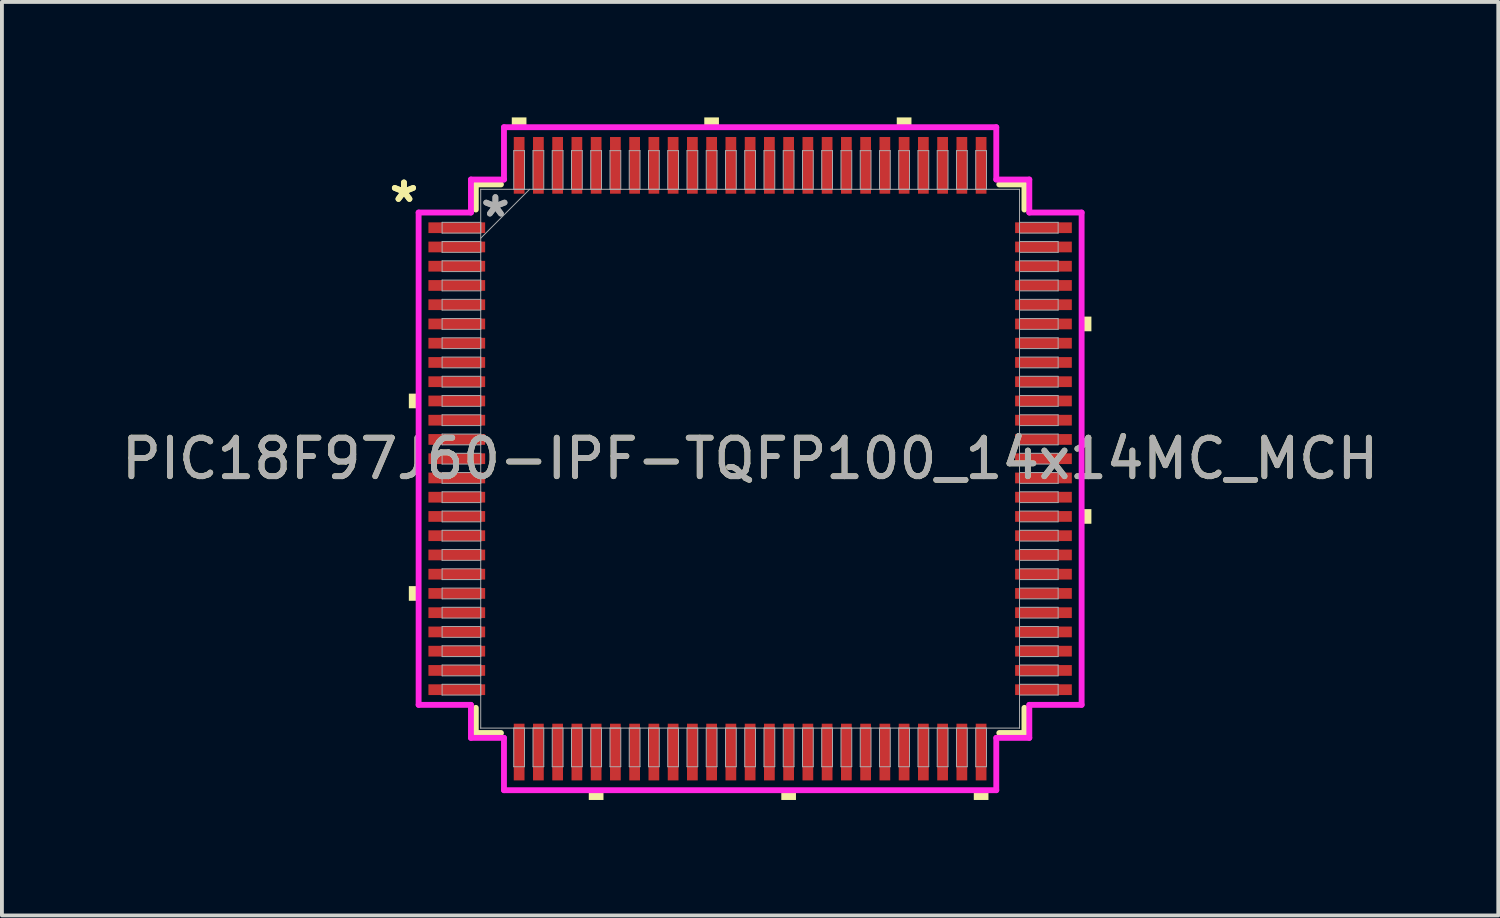
<source format=kicad_pcb>
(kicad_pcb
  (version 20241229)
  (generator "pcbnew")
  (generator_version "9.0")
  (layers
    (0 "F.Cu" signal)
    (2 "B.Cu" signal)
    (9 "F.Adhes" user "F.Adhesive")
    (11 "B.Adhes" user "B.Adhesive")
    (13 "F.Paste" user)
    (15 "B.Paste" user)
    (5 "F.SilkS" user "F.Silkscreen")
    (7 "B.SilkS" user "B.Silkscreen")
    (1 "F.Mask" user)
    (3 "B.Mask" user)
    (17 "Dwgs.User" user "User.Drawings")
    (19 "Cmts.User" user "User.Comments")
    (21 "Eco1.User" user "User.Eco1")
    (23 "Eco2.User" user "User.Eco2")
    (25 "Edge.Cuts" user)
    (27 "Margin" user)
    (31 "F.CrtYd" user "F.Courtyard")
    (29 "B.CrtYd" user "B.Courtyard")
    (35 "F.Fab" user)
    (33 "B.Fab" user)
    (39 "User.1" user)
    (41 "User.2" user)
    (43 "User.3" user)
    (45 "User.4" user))
  (footprint "PIC18F97J60-IPF-TQFP100_14x14MC_MCH"
    (layer "F.Cu")
    (at 16.435 8.865)
    (property "Reference" "PIC18F97J60-IPF-TQFP100_14x14MC_MCH" (at 0 0 0) (unlocked yes) (layer "F.SilkS") (effects (font (size 1 1) (thickness 0.15))))
    (attr smd)
    (fp_line (start -7.125 -7.125) (end -7.125 -6.472) (stroke (width 0.152) (type solid)) (layer "F.SilkS"))
    (fp_line (start -7.125 6.472) (end -7.125 7.125) (stroke (width 0.152) (type solid)) (layer "F.SilkS"))
    (fp_line (start -7.125 7.125) (end -6.472 7.125) (stroke (width 0.152) (type solid)) (layer "F.SilkS"))
    (fp_line (start -6.472 -7.125) (end -7.125 -7.125) (stroke (width 0.152) (type solid)) (layer "F.SilkS"))
    (fp_line (start 6.472 7.125) (end 7.125 7.125) (stroke (width 0.152) (type solid)) (layer "F.SilkS"))
    (fp_line (start 7.125 -7.125) (end 6.472 -7.125) (stroke (width 0.152) (type solid)) (layer "F.SilkS"))
    (fp_line (start 7.125 -6.472) (end 7.125 -7.125) (stroke (width 0.152) (type solid)) (layer "F.SilkS"))
    (fp_line (start 7.125 7.125) (end 7.125 6.472) (stroke (width 0.152) (type solid)) (layer "F.SilkS"))
    (fp_poly (pts (xy -8.865 -1.69) (xy -8.865 -1.31) (xy -8.611 -1.31) (xy -8.611 -1.69)) (stroke (width 0) (type solid)) (fill yes) (layer "F.SilkS"))
    (fp_poly (pts (xy -8.865 3.31) (xy -8.865 3.691) (xy -8.611 3.691) (xy -8.611 3.31)) (stroke (width 0) (type solid)) (fill yes) (layer "F.SilkS"))
    (fp_poly (pts (xy -6.191 -8.611) (xy -6.191 -8.865) (xy -5.81 -8.865) (xy -5.81 -8.611)) (stroke (width 0) (type solid)) (fill yes) (layer "F.SilkS"))
    (fp_poly (pts (xy -4.191 8.611) (xy -4.191 8.865) (xy -3.809 8.865) (xy -3.809 8.611)) (stroke (width 0) (type solid)) (fill yes) (layer "F.SilkS"))
    (fp_poly (pts (xy -1.191 -8.611) (xy -1.191 -8.865) (xy -0.81 -8.865) (xy -0.81 -8.611)) (stroke (width 0) (type solid)) (fill yes) (layer "F.SilkS"))
    (fp_poly (pts (xy 0.81 8.611) (xy 0.81 8.865) (xy 1.191 8.865) (xy 1.191 8.611)) (stroke (width 0) (type solid)) (fill yes) (layer "F.SilkS"))
    (fp_poly (pts (xy 3.809 -8.611) (xy 3.809 -8.865) (xy 4.191 -8.865) (xy 4.191 -8.611)) (stroke (width 0) (type solid)) (fill yes) (layer "F.SilkS"))
    (fp_poly (pts (xy 5.81 8.611) (xy 5.81 8.865) (xy 6.191 8.865) (xy 6.191 8.611)) (stroke (width 0) (type solid)) (fill yes) (layer "F.SilkS"))
    (fp_poly (pts (xy 8.865 -3.691) (xy 8.865 -3.31) (xy 8.611 -3.31) (xy 8.611 -3.691)) (stroke (width 0) (type solid)) (fill yes) (layer "F.SilkS"))
    (fp_poly (pts (xy 8.865 1.31) (xy 8.865 1.69) (xy 8.611 1.69) (xy 8.611 1.31)) (stroke (width 0) (type solid)) (fill yes) (layer "F.SilkS"))
    (fp_line (start -8.611 -6.394) (end -7.252 -6.394) (stroke (width 0.152) (type solid)) (layer "F.CrtYd"))
    (fp_line (start -8.611 6.394) (end -8.611 -6.394) (stroke (width 0.152) (type solid)) (layer "F.CrtYd"))
    (fp_line (start -7.252 -7.252) (end -6.394 -7.252) (stroke (width 0.152) (type solid)) (layer "F.CrtYd"))
    (fp_line (start -7.252 -6.394) (end -7.252 -7.252) (stroke (width 0.152) (type solid)) (layer "F.CrtYd"))
    (fp_line (start -7.252 6.394) (end -8.611 6.394) (stroke (width 0.152) (type solid)) (layer "F.CrtYd"))
    (fp_line (start -7.252 7.252) (end -7.252 6.394) (stroke (width 0.152) (type solid)) (layer "F.CrtYd"))
    (fp_line (start -7.252 7.252) (end -6.394 7.252) (stroke (width 0.152) (type solid)) (layer "F.CrtYd"))
    (fp_line (start -6.394 -8.611) (end 6.394 -8.611) (stroke (width 0.152) (type solid)) (layer "F.CrtYd"))
    (fp_line (start -6.394 -7.252) (end -6.394 -8.611) (stroke (width 0.152) (type solid)) (layer "F.CrtYd"))
    (fp_line (start -6.394 7.252) (end -6.394 8.611) (stroke (width 0.152) (type solid)) (layer "F.CrtYd"))
    (fp_line (start -6.394 8.611) (end 6.394 8.611) (stroke (width 0.152) (type solid)) (layer "F.CrtYd"))
    (fp_line (start 6.394 -8.611) (end 6.394 -7.252) (stroke (width 0.152) (type solid)) (layer "F.CrtYd"))
    (fp_line (start 6.394 -7.252) (end 7.252 -7.252) (stroke (width 0.152) (type solid)) (layer "F.CrtYd"))
    (fp_line (start 6.394 7.252) (end 7.252 7.252) (stroke (width 0.152) (type solid)) (layer "F.CrtYd"))
    (fp_line (start 6.394 8.611) (end 6.394 7.252) (stroke (width 0.152) (type solid)) (layer "F.CrtYd"))
    (fp_line (start 7.252 -6.394) (end 7.252 -7.252) (stroke (width 0.152) (type solid)) (layer "F.CrtYd"))
    (fp_line (start 7.252 6.394) (end 8.611 6.394) (stroke (width 0.152) (type solid)) (layer "F.CrtYd"))
    (fp_line (start 7.252 7.252) (end 7.252 6.394) (stroke (width 0.152) (type solid)) (layer "F.CrtYd"))
    (fp_line (start 8.611 -6.394) (end 7.252 -6.394) (stroke (width 0.152) (type solid)) (layer "F.CrtYd"))
    (fp_line (start 8.611 6.394) (end 8.611 -6.394) (stroke (width 0.152) (type solid)) (layer "F.CrtYd"))
    (fp_line (start -8.001 -6.14) (end -8.001 -5.86) (stroke (width 0.025) (type solid)) (layer "F.Fab"))
    (fp_line (start -8.001 -5.86) (end -6.998 -5.86) (stroke (width 0.025) (type solid)) (layer "F.Fab"))
    (fp_line (start -8.001 -5.64) (end -8.001 -5.36) (stroke (width 0.025) (type solid)) (layer "F.Fab"))
    (fp_line (start -8.001 -5.36) (end -6.998 -5.36) (stroke (width 0.025) (type solid)) (layer "F.Fab"))
    (fp_line (start -8.001 -5.14) (end -8.001 -4.86) (stroke (width 0.025) (type solid)) (layer "F.Fab"))
    (fp_line (start -8.001 -4.86) (end -6.998 -4.86) (stroke (width 0.025) (type solid)) (layer "F.Fab"))
    (fp_line (start -8.001 -4.64) (end -8.001 -4.36) (stroke (width 0.025) (type solid)) (layer "F.Fab"))
    (fp_line (start -8.001 -4.36) (end -6.998 -4.36) (stroke (width 0.025) (type solid)) (layer "F.Fab"))
    (fp_line (start -8.001 -4.14) (end -8.001 -3.86) (stroke (width 0.025) (type solid)) (layer "F.Fab"))
    (fp_line (start -8.001 -3.86) (end -6.998 -3.86) (stroke (width 0.025) (type solid)) (layer "F.Fab"))
    (fp_line (start -8.001 -3.64) (end -8.001 -3.36) (stroke (width 0.025) (type solid)) (layer "F.Fab"))
    (fp_line (start -8.001 -3.36) (end -6.998 -3.36) (stroke (width 0.025) (type solid)) (layer "F.Fab"))
    (fp_line (start -8.001 -3.14) (end -8.001 -2.86) (stroke (width 0.025) (type solid)) (layer "F.Fab"))
    (fp_line (start -8.001 -2.86) (end -6.998 -2.86) (stroke (width 0.025) (type solid)) (layer "F.Fab"))
    (fp_line (start -8.001 -2.64) (end -8.001 -2.36) (stroke (width 0.025) (type solid)) (layer "F.Fab"))
    (fp_line (start -8.001 -2.36) (end -6.998 -2.36) (stroke (width 0.025) (type solid)) (layer "F.Fab"))
    (fp_line (start -8.001 -2.14) (end -8.001 -1.86) (stroke (width 0.025) (type solid)) (layer "F.Fab"))
    (fp_line (start -8.001 -1.86) (end -6.998 -1.86) (stroke (width 0.025) (type solid)) (layer "F.Fab"))
    (fp_line (start -8.001 -1.64) (end -8.001 -1.36) (stroke (width 0.025) (type solid)) (layer "F.Fab"))
    (fp_line (start -8.001 -1.36) (end -6.998 -1.36) (stroke (width 0.025) (type solid)) (layer "F.Fab"))
    (fp_line (start -8.001 -1.14) (end -8.001 -0.86) (stroke (width 0.025) (type solid)) (layer "F.Fab"))
    (fp_line (start -8.001 -0.86) (end -6.998 -0.86) (stroke (width 0.025) (type solid)) (layer "F.Fab"))
    (fp_line (start -8.001 -0.64) (end -8.001 -0.36) (stroke (width 0.025) (type solid)) (layer "F.Fab"))
    (fp_line (start -8.001 -0.36) (end -6.998 -0.36) (stroke (width 0.025) (type solid)) (layer "F.Fab"))
    (fp_line (start -8.001 -0.14) (end -8.001 0.14) (stroke (width 0.025) (type solid)) (layer "F.Fab"))
    (fp_line (start -8.001 0.14) (end -6.998 0.14) (stroke (width 0.025) (type solid)) (layer "F.Fab"))
    (fp_line (start -8.001 0.36) (end -8.001 0.64) (stroke (width 0.025) (type solid)) (layer "F.Fab"))
    (fp_line (start -8.001 0.64) (end -6.998 0.64) (stroke (width 0.025) (type solid)) (layer "F.Fab"))
    (fp_line (start -8.001 0.86) (end -8.001 1.14) (stroke (width 0.025) (type solid)) (layer "F.Fab"))
    (fp_line (start -8.001 1.14) (end -6.998 1.14) (stroke (width 0.025) (type solid)) (layer "F.Fab"))
    (fp_line (start -8.001 1.36) (end -8.001 1.64) (stroke (width 0.025) (type solid)) (layer "F.Fab"))
    (fp_line (start -8.001 1.64) (end -6.998 1.64) (stroke (width 0.025) (type solid)) (layer "F.Fab"))
    (fp_line (start -8.001 1.86) (end -8.001 2.14) (stroke (width 0.025) (type solid)) (layer "F.Fab"))
    (fp_line (start -8.001 2.14) (end -6.998 2.14) (stroke (width 0.025) (type solid)) (layer "F.Fab"))
    (fp_line (start -8.001 2.36) (end -8.001 2.64) (stroke (width 0.025) (type solid)) (layer "F.Fab"))
    (fp_line (start -8.001 2.64) (end -6.998 2.64) (stroke (width 0.025) (type solid)) (layer "F.Fab"))
    (fp_line (start -8.001 2.86) (end -8.001 3.14) (stroke (width 0.025) (type solid)) (layer "F.Fab"))
    (fp_line (start -8.001 3.14) (end -6.998 3.14) (stroke (width 0.025) (type solid)) (layer "F.Fab"))
    (fp_line (start -8.001 3.36) (end -8.001 3.64) (stroke (width 0.025) (type solid)) (layer "F.Fab"))
    (fp_line (start -8.001 3.64) (end -6.998 3.64) (stroke (width 0.025) (type solid)) (layer "F.Fab"))
    (fp_line (start -8.001 3.86) (end -8.001 4.14) (stroke (width 0.025) (type solid)) (layer "F.Fab"))
    (fp_line (start -8.001 4.14) (end -6.998 4.14) (stroke (width 0.025) (type solid)) (layer "F.Fab"))
    (fp_line (start -8.001 4.36) (end -8.001 4.64) (stroke (width 0.025) (type solid)) (layer "F.Fab"))
    (fp_line (start -8.001 4.64) (end -6.998 4.64) (stroke (width 0.025) (type solid)) (layer "F.Fab"))
    (fp_line (start -8.001 4.86) (end -8.001 5.14) (stroke (width 0.025) (type solid)) (layer "F.Fab"))
    (fp_line (start -8.001 5.14) (end -6.998 5.14) (stroke (width 0.025) (type solid)) (layer "F.Fab"))
    (fp_line (start -8.001 5.36) (end -8.001 5.64) (stroke (width 0.025) (type solid)) (layer "F.Fab"))
    (fp_line (start -8.001 5.64) (end -6.998 5.64) (stroke (width 0.025) (type solid)) (layer "F.Fab"))
    (fp_line (start -8.001 5.86) (end -8.001 6.14) (stroke (width 0.025) (type solid)) (layer "F.Fab"))
    (fp_line (start -8.001 6.14) (end -6.998 6.14) (stroke (width 0.025) (type solid)) (layer "F.Fab"))
    (fp_line (start -6.998 -6.998) (end -6.998 -6.998) (stroke (width 0.025) (type solid)) (layer "F.Fab"))
    (fp_line (start -6.998 -6.998) (end -6.998 6.998) (stroke (width 0.025) (type solid)) (layer "F.Fab"))
    (fp_line (start -6.998 -6.14) (end -8.001 -6.14) (stroke (width 0.025) (type solid)) (layer "F.Fab"))
    (fp_line (start -6.998 -5.86) (end -6.998 -6.14) (stroke (width 0.025) (type solid)) (layer "F.Fab"))
    (fp_line (start -6.998 -5.728) (end -5.728 -6.998) (stroke (width 0.025) (type solid)) (layer "F.Fab"))
    (fp_line (start -6.998 -5.64) (end -8.001 -5.64) (stroke (width 0.025) (type solid)) (layer "F.Fab"))
    (fp_line (start -6.998 -5.36) (end -6.998 -5.64) (stroke (width 0.025) (type solid)) (layer "F.Fab"))
    (fp_line (start -6.998 -5.14) (end -8.001 -5.14) (stroke (width 0.025) (type solid)) (layer "F.Fab"))
    (fp_line (start -6.998 -4.86) (end -6.998 -5.14) (stroke (width 0.025) (type solid)) (layer "F.Fab"))
    (fp_line (start -6.998 -4.64) (end -8.001 -4.64) (stroke (width 0.025) (type solid)) (layer "F.Fab"))
    (fp_line (start -6.998 -4.36) (end -6.998 -4.64) (stroke (width 0.025) (type solid)) (layer "F.Fab"))
    (fp_line (start -6.998 -4.14) (end -8.001 -4.14) (stroke (width 0.025) (type solid)) (layer "F.Fab"))
    (fp_line (start -6.998 -3.86) (end -6.998 -4.14) (stroke (width 0.025) (type solid)) (layer "F.Fab"))
    (fp_line (start -6.998 -3.64) (end -8.001 -3.64) (stroke (width 0.025) (type solid)) (layer "F.Fab"))
    (fp_line (start -6.998 -3.36) (end -6.998 -3.64) (stroke (width 0.025) (type solid)) (layer "F.Fab"))
    (fp_line (start -6.998 -3.14) (end -8.001 -3.14) (stroke (width 0.025) (type solid)) (layer "F.Fab"))
    (fp_line (start -6.998 -2.86) (end -6.998 -3.14) (stroke (width 0.025) (type solid)) (layer "F.Fab"))
    (fp_line (start -6.998 -2.64) (end -8.001 -2.64) (stroke (width 0.025) (type solid)) (layer "F.Fab"))
    (fp_line (start -6.998 -2.36) (end -6.998 -2.64) (stroke (width 0.025) (type solid)) (layer "F.Fab"))
    (fp_line (start -6.998 -2.14) (end -8.001 -2.14) (stroke (width 0.025) (type solid)) (layer "F.Fab"))
    (fp_line (start -6.998 -1.86) (end -6.998 -2.14) (stroke (width 0.025) (type solid)) (layer "F.Fab"))
    (fp_line (start -6.998 -1.64) (end -8.001 -1.64) (stroke (width 0.025) (type solid)) (layer "F.Fab"))
    (fp_line (start -6.998 -1.36) (end -6.998 -1.64) (stroke (width 0.025) (type solid)) (layer "F.Fab"))
    (fp_line (start -6.998 -1.14) (end -8.001 -1.14) (stroke (width 0.025) (type solid)) (layer "F.Fab"))
    (fp_line (start -6.998 -0.86) (end -6.998 -1.14) (stroke (width 0.025) (type solid)) (layer "F.Fab"))
    (fp_line (start -6.998 -0.64) (end -8.001 -0.64) (stroke (width 0.025) (type solid)) (layer "F.Fab"))
    (fp_line (start -6.998 -0.36) (end -6.998 -0.64) (stroke (width 0.025) (type solid)) (layer "F.Fab"))
    (fp_line (start -6.998 -0.14) (end -8.001 -0.14) (stroke (width 0.025) (type solid)) (layer "F.Fab"))
    (fp_line (start -6.998 0.14) (end -6.998 -0.14) (stroke (width 0.025) (type solid)) (layer "F.Fab"))
    (fp_line (start -6.998 0.36) (end -8.001 0.36) (stroke (width 0.025) (type solid)) (layer "F.Fab"))
    (fp_line (start -6.998 0.64) (end -6.998 0.36) (stroke (width 0.025) (type solid)) (layer "F.Fab"))
    (fp_line (start -6.998 0.86) (end -8.001 0.86) (stroke (width 0.025) (type solid)) (layer "F.Fab"))
    (fp_line (start -6.998 1.14) (end -6.998 0.86) (stroke (width 0.025) (type solid)) (layer "F.Fab"))
    (fp_line (start -6.998 1.36) (end -8.001 1.36) (stroke (width 0.025) (type solid)) (layer "F.Fab"))
    (fp_line (start -6.998 1.64) (end -6.998 1.36) (stroke (width 0.025) (type solid)) (layer "F.Fab"))
    (fp_line (start -6.998 1.86) (end -8.001 1.86) (stroke (width 0.025) (type solid)) (layer "F.Fab"))
    (fp_line (start -6.998 2.14) (end -6.998 1.86) (stroke (width 0.025) (type solid)) (layer "F.Fab"))
    (fp_line (start -6.998 2.36) (end -8.001 2.36) (stroke (width 0.025) (type solid)) (layer "F.Fab"))
    (fp_line (start -6.998 2.64) (end -6.998 2.36) (stroke (width 0.025) (type solid)) (layer "F.Fab"))
    (fp_line (start -6.998 2.86) (end -8.001 2.86) (stroke (width 0.025) (type solid)) (layer "F.Fab"))
    (fp_line (start -6.998 3.14) (end -6.998 2.86) (stroke (width 0.025) (type solid)) (layer "F.Fab"))
    (fp_line (start -6.998 3.36) (end -8.001 3.36) (stroke (width 0.025) (type solid)) (layer "F.Fab"))
    (fp_line (start -6.998 3.64) (end -6.998 3.36) (stroke (width 0.025) (type solid)) (layer "F.Fab"))
    (fp_line (start -6.998 3.86) (end -8.001 3.86) (stroke (width 0.025) (type solid)) (layer "F.Fab"))
    (fp_line (start -6.998 4.14) (end -6.998 3.86) (stroke (width 0.025) (type solid)) (layer "F.Fab"))
    (fp_line (start -6.998 4.36) (end -8.001 4.36) (stroke (width 0.025) (type solid)) (layer "F.Fab"))
    (fp_line (start -6.998 4.64) (end -6.998 4.36) (stroke (width 0.025) (type solid)) (layer "F.Fab"))
    (fp_line (start -6.998 4.86) (end -8.001 4.86) (stroke (width 0.025) (type solid)) (layer "F.Fab"))
    (fp_line (start -6.998 5.14) (end -6.998 4.86) (stroke (width 0.025) (type solid)) (layer "F.Fab"))
    (fp_line (start -6.998 5.36) (end -8.001 5.36) (stroke (width 0.025) (type solid)) (layer "F.Fab"))
    (fp_line (start -6.998 5.64) (end -6.998 5.36) (stroke (width 0.025) (type solid)) (layer "F.Fab"))
    (fp_line (start -6.998 5.86) (end -8.001 5.86) (stroke (width 0.025) (type solid)) (layer "F.Fab"))
    (fp_line (start -6.998 6.14) (end -6.998 5.86) (stroke (width 0.025) (type solid)) (layer "F.Fab"))
    (fp_line (start -6.998 6.998) (end -6.998 6.998) (stroke (width 0.025) (type solid)) (layer "F.Fab"))
    (fp_line (start -6.998 6.998) (end 6.998 6.998) (stroke (width 0.025) (type solid)) (layer "F.Fab"))
    (fp_line (start -6.14 -8.001) (end -6.14 -6.998) (stroke (width 0.025) (type solid)) (layer "F.Fab"))
    (fp_line (start -6.14 -6.998) (end -5.86 -6.998) (stroke (width 0.025) (type solid)) (layer "F.Fab"))
    (fp_line (start -6.14 6.998) (end -6.14 8.001) (stroke (width 0.025) (type solid)) (layer "F.Fab"))
    (fp_line (start -6.14 8.001) (end -5.86 8.001) (stroke (width 0.025) (type solid)) (layer "F.Fab"))
    (fp_line (start -5.86 -8.001) (end -6.14 -8.001) (stroke (width 0.025) (type solid)) (layer "F.Fab"))
    (fp_line (start -5.86 -6.998) (end -5.86 -8.001) (stroke (width 0.025) (type solid)) (layer "F.Fab"))
    (fp_line (start -5.86 6.998) (end -6.14 6.998) (stroke (width 0.025) (type solid)) (layer "F.Fab"))
    (fp_line (start -5.86 8.001) (end -5.86 6.998) (stroke (width 0.025) (type solid)) (layer "F.Fab"))
    (fp_line (start -5.64 -8.001) (end -5.64 -6.998) (stroke (width 0.025) (type solid)) (layer "F.Fab"))
    (fp_line (start -5.64 -6.998) (end -5.36 -6.998) (stroke (width 0.025) (type solid)) (layer "F.Fab"))
    (fp_line (start -5.64 6.998) (end -5.64 8.001) (stroke (width 0.025) (type solid)) (layer "F.Fab"))
    (fp_line (start -5.64 8.001) (end -5.36 8.001) (stroke (width 0.025) (type solid)) (layer "F.Fab"))
    (fp_line (start -5.36 -8.001) (end -5.64 -8.001) (stroke (width 0.025) (type solid)) (layer "F.Fab"))
    (fp_line (start -5.36 -6.998) (end -5.36 -8.001) (stroke (width 0.025) (type solid)) (layer "F.Fab"))
    (fp_line (start -5.36 6.998) (end -5.64 6.998) (stroke (width 0.025) (type solid)) (layer "F.Fab"))
    (fp_line (start -5.36 8.001) (end -5.36 6.998) (stroke (width 0.025) (type solid)) (layer "F.Fab"))
    (fp_line (start -5.14 -8.001) (end -5.14 -6.998) (stroke (width 0.025) (type solid)) (layer "F.Fab"))
    (fp_line (start -5.14 -6.998) (end -4.86 -6.998) (stroke (width 0.025) (type solid)) (layer "F.Fab"))
    (fp_line (start -5.14 6.998) (end -5.14 8.001) (stroke (width 0.025) (type solid)) (layer "F.Fab"))
    (fp_line (start -5.14 8.001) (end -4.86 8.001) (stroke (width 0.025) (type solid)) (layer "F.Fab"))
    (fp_line (start -4.86 -8.001) (end -5.14 -8.001) (stroke (width 0.025) (type solid)) (layer "F.Fab"))
    (fp_line (start -4.86 -6.998) (end -4.86 -8.001) (stroke (width 0.025) (type solid)) (layer "F.Fab"))
    (fp_line (start -4.86 6.998) (end -5.14 6.998) (stroke (width 0.025) (type solid)) (layer "F.Fab"))
    (fp_line (start -4.86 8.001) (end -4.86 6.998) (stroke (width 0.025) (type solid)) (layer "F.Fab"))
    (fp_line (start -4.64 -8.001) (end -4.64 -6.998) (stroke (width 0.025) (type solid)) (layer "F.Fab"))
    (fp_line (start -4.64 -6.998) (end -4.36 -6.998) (stroke (width 0.025) (type solid)) (layer "F.Fab"))
    (fp_line (start -4.64 6.998) (end -4.64 8.001) (stroke (width 0.025) (type solid)) (layer "F.Fab"))
    (fp_line (start -4.64 8.001) (end -4.36 8.001) (stroke (width 0.025) (type solid)) (layer "F.Fab"))
    (fp_line (start -4.36 -8.001) (end -4.64 -8.001) (stroke (width 0.025) (type solid)) (layer "F.Fab"))
    (fp_line (start -4.36 -6.998) (end -4.36 -8.001) (stroke (width 0.025) (type solid)) (layer "F.Fab"))
    (fp_line (start -4.36 6.998) (end -4.64 6.998) (stroke (width 0.025) (type solid)) (layer "F.Fab"))
    (fp_line (start -4.36 8.001) (end -4.36 6.998) (stroke (width 0.025) (type solid)) (layer "F.Fab"))
    (fp_line (start -4.14 -8.001) (end -4.14 -6.998) (stroke (width 0.025) (type solid)) (layer "F.Fab"))
    (fp_line (start -4.14 -6.998) (end -3.86 -6.998) (stroke (width 0.025) (type solid)) (layer "F.Fab"))
    (fp_line (start -4.14 6.998) (end -4.14 8.001) (stroke (width 0.025) (type solid)) (layer "F.Fab"))
    (fp_line (start -4.14 8.001) (end -3.86 8.001) (stroke (width 0.025) (type solid)) (layer "F.Fab"))
    (fp_line (start -3.86 -8.001) (end -4.14 -8.001) (stroke (width 0.025) (type solid)) (layer "F.Fab"))
    (fp_line (start -3.86 -6.998) (end -3.86 -8.001) (stroke (width 0.025) (type solid)) (layer "F.Fab"))
    (fp_line (start -3.86 6.998) (end -4.14 6.998) (stroke (width 0.025) (type solid)) (layer "F.Fab"))
    (fp_line (start -3.86 8.001) (end -3.86 6.998) (stroke (width 0.025) (type solid)) (layer "F.Fab"))
    (fp_line (start -3.64 -8.001) (end -3.64 -6.998) (stroke (width 0.025) (type solid)) (layer "F.Fab"))
    (fp_line (start -3.64 -6.998) (end -3.36 -6.998) (stroke (width 0.025) (type solid)) (layer "F.Fab"))
    (fp_line (start -3.64 6.998) (end -3.64 8.001) (stroke (width 0.025) (type solid)) (layer "F.Fab"))
    (fp_line (start -3.64 8.001) (end -3.36 8.001) (stroke (width 0.025) (type solid)) (layer "F.Fab"))
    (fp_line (start -3.36 -8.001) (end -3.64 -8.001) (stroke (width 0.025) (type solid)) (layer "F.Fab"))
    (fp_line (start -3.36 -6.998) (end -3.36 -8.001) (stroke (width 0.025) (type solid)) (layer "F.Fab"))
    (fp_line (start -3.36 6.998) (end -3.64 6.998) (stroke (width 0.025) (type solid)) (layer "F.Fab"))
    (fp_line (start -3.36 8.001) (end -3.36 6.998) (stroke (width 0.025) (type solid)) (layer "F.Fab"))
    (fp_line (start -3.14 -8.001) (end -3.14 -6.998) (stroke (width 0.025) (type solid)) (layer "F.Fab"))
    (fp_line (start -3.14 -6.998) (end -2.86 -6.998) (stroke (width 0.025) (type solid)) (layer "F.Fab"))
    (fp_line (start -3.14 6.998) (end -3.14 8.001) (stroke (width 0.025) (type solid)) (layer "F.Fab"))
    (fp_line (start -3.14 8.001) (end -2.86 8.001) (stroke (width 0.025) (type solid)) (layer "F.Fab"))
    (fp_line (start -2.86 -8.001) (end -3.14 -8.001) (stroke (width 0.025) (type solid)) (layer "F.Fab"))
    (fp_line (start -2.86 -6.998) (end -2.86 -8.001) (stroke (width 0.025) (type solid)) (layer "F.Fab"))
    (fp_line (start -2.86 6.998) (end -3.14 6.998) (stroke (width 0.025) (type solid)) (layer "F.Fab"))
    (fp_line (start -2.86 8.001) (end -2.86 6.998) (stroke (width 0.025) (type solid)) (layer "F.Fab"))
    (fp_line (start -2.64 -8.001) (end -2.64 -6.998) (stroke (width 0.025) (type solid)) (layer "F.Fab"))
    (fp_line (start -2.64 -6.998) (end -2.36 -6.998) (stroke (width 0.025) (type solid)) (layer "F.Fab"))
    (fp_line (start -2.64 6.998) (end -2.64 8.001) (stroke (width 0.025) (type solid)) (layer "F.Fab"))
    (fp_line (start -2.64 8.001) (end -2.36 8.001) (stroke (width 0.025) (type solid)) (layer "F.Fab"))
    (fp_line (start -2.36 -8.001) (end -2.64 -8.001) (stroke (width 0.025) (type solid)) (layer "F.Fab"))
    (fp_line (start -2.36 -6.998) (end -2.36 -8.001) (stroke (width 0.025) (type solid)) (layer "F.Fab"))
    (fp_line (start -2.36 6.998) (end -2.64 6.998) (stroke (width 0.025) (type solid)) (layer "F.Fab"))
    (fp_line (start -2.36 8.001) (end -2.36 6.998) (stroke (width 0.025) (type solid)) (layer "F.Fab"))
    (fp_line (start -2.14 -8.001) (end -2.14 -6.998) (stroke (width 0.025) (type solid)) (layer "F.Fab"))
    (fp_line (start -2.14 -6.998) (end -1.86 -6.998) (stroke (width 0.025) (type solid)) (layer "F.Fab"))
    (fp_line (start -2.14 6.998) (end -2.14 8.001) (stroke (width 0.025) (type solid)) (layer "F.Fab"))
    (fp_line (start -2.14 8.001) (end -1.86 8.001) (stroke (width 0.025) (type solid)) (layer "F.Fab"))
    (fp_line (start -1.86 -8.001) (end -2.14 -8.001) (stroke (width 0.025) (type solid)) (layer "F.Fab"))
    (fp_line (start -1.86 -6.998) (end -1.86 -8.001) (stroke (width 0.025) (type solid)) (layer "F.Fab"))
    (fp_line (start -1.86 6.998) (end -2.14 6.998) (stroke (width 0.025) (type solid)) (layer "F.Fab"))
    (fp_line (start -1.86 8.001) (end -1.86 6.998) (stroke (width 0.025) (type solid)) (layer "F.Fab"))
    (fp_line (start -1.64 -8.001) (end -1.64 -6.998) (stroke (width 0.025) (type solid)) (layer "F.Fab"))
    (fp_line (start -1.64 -6.998) (end -1.36 -6.998) (stroke (width 0.025) (type solid)) (layer "F.Fab"))
    (fp_line (start -1.64 6.998) (end -1.64 8.001) (stroke (width 0.025) (type solid)) (layer "F.Fab"))
    (fp_line (start -1.64 8.001) (end -1.36 8.001) (stroke (width 0.025) (type solid)) (layer "F.Fab"))
    (fp_line (start -1.36 -8.001) (end -1.64 -8.001) (stroke (width 0.025) (type solid)) (layer "F.Fab"))
    (fp_line (start -1.36 -6.998) (end -1.36 -8.001) (stroke (width 0.025) (type solid)) (layer "F.Fab"))
    (fp_line (start -1.36 6.998) (end -1.64 6.998) (stroke (width 0.025) (type solid)) (layer "F.Fab"))
    (fp_line (start -1.36 8.001) (end -1.36 6.998) (stroke (width 0.025) (type solid)) (layer "F.Fab"))
    (fp_line (start -1.14 -8.001) (end -1.14 -6.998) (stroke (width 0.025) (type solid)) (layer "F.Fab"))
    (fp_line (start -1.14 -6.998) (end -0.86 -6.998) (stroke (width 0.025) (type solid)) (layer "F.Fab"))
    (fp_line (start -1.14 6.998) (end -1.14 8.001) (stroke (width 0.025) (type solid)) (layer "F.Fab"))
    (fp_line (start -1.14 8.001) (end -0.86 8.001) (stroke (width 0.025) (type solid)) (layer "F.Fab"))
    (fp_line (start -0.86 -8.001) (end -1.14 -8.001) (stroke (width 0.025) (type solid)) (layer "F.Fab"))
    (fp_line (start -0.86 -6.998) (end -0.86 -8.001) (stroke (width 0.025) (type solid)) (layer "F.Fab"))
    (fp_line (start -0.86 6.998) (end -1.14 6.998) (stroke (width 0.025) (type solid)) (layer "F.Fab"))
    (fp_line (start -0.86 8.001) (end -0.86 6.998) (stroke (width 0.025) (type solid)) (layer "F.Fab"))
    (fp_line (start -0.64 -8.001) (end -0.64 -6.998) (stroke (width 0.025) (type solid)) (layer "F.Fab"))
    (fp_line (start -0.64 -6.998) (end -0.36 -6.998) (stroke (width 0.025) (type solid)) (layer "F.Fab"))
    (fp_line (start -0.64 6.998) (end -0.64 8.001) (stroke (width 0.025) (type solid)) (layer "F.Fab"))
    (fp_line (start -0.64 8.001) (end -0.36 8.001) (stroke (width 0.025) (type solid)) (layer "F.Fab"))
    (fp_line (start -0.36 -8.001) (end -0.64 -8.001) (stroke (width 0.025) (type solid)) (layer "F.Fab"))
    (fp_line (start -0.36 -6.998) (end -0.36 -8.001) (stroke (width 0.025) (type solid)) (layer "F.Fab"))
    (fp_line (start -0.36 6.998) (end -0.64 6.998) (stroke (width 0.025) (type solid)) (layer "F.Fab"))
    (fp_line (start -0.36 8.001) (end -0.36 6.998) (stroke (width 0.025) (type solid)) (layer "F.Fab"))
    (fp_line (start -0.14 -8.001) (end -0.14 -6.998) (stroke (width 0.025) (type solid)) (layer "F.Fab"))
    (fp_line (start -0.14 -6.998) (end 0.14 -6.998) (stroke (width 0.025) (type solid)) (layer "F.Fab"))
    (fp_line (start -0.14 6.998) (end -0.14 8.001) (stroke (width 0.025) (type solid)) (layer "F.Fab"))
    (fp_line (start -0.14 8.001) (end 0.14 8.001) (stroke (width 0.025) (type solid)) (layer "F.Fab"))
    (fp_line (start 0.14 -8.001) (end -0.14 -8.001) (stroke (width 0.025) (type solid)) (layer "F.Fab"))
    (fp_line (start 0.14 -6.998) (end 0.14 -8.001) (stroke (width 0.025) (type solid)) (layer "F.Fab"))
    (fp_line (start 0.14 6.998) (end -0.14 6.998) (stroke (width 0.025) (type solid)) (layer "F.Fab"))
    (fp_line (start 0.14 8.001) (end 0.14 6.998) (stroke (width 0.025) (type solid)) (layer "F.Fab"))
    (fp_line (start 0.36 -8.001) (end 0.36 -6.998) (stroke (width 0.025) (type solid)) (layer "F.Fab"))
    (fp_line (start 0.36 -6.998) (end 0.64 -6.998) (stroke (width 0.025) (type solid)) (layer "F.Fab"))
    (fp_line (start 0.36 6.998) (end 0.36 8.001) (stroke (width 0.025) (type solid)) (layer "F.Fab"))
    (fp_line (start 0.36 8.001) (end 0.64 8.001) (stroke (width 0.025) (type solid)) (layer "F.Fab"))
    (fp_line (start 0.64 -8.001) (end 0.36 -8.001) (stroke (width 0.025) (type solid)) (layer "F.Fab"))
    (fp_line (start 0.64 -6.998) (end 0.64 -8.001) (stroke (width 0.025) (type solid)) (layer "F.Fab"))
    (fp_line (start 0.64 6.998) (end 0.36 6.998) (stroke (width 0.025) (type solid)) (layer "F.Fab"))
    (fp_line (start 0.64 8.001) (end 0.64 6.998) (stroke (width 0.025) (type solid)) (layer "F.Fab"))
    (fp_line (start 0.86 -8.001) (end 0.86 -6.998) (stroke (width 0.025) (type solid)) (layer "F.Fab"))
    (fp_line (start 0.86 -6.998) (end 1.14 -6.998) (stroke (width 0.025) (type solid)) (layer "F.Fab"))
    (fp_line (start 0.86 6.998) (end 0.86 8.001) (stroke (width 0.025) (type solid)) (layer "F.Fab"))
    (fp_line (start 0.86 8.001) (end 1.14 8.001) (stroke (width 0.025) (type solid)) (layer "F.Fab"))
    (fp_line (start 1.14 -8.001) (end 0.86 -8.001) (stroke (width 0.025) (type solid)) (layer "F.Fab"))
    (fp_line (start 1.14 -6.998) (end 1.14 -8.001) (stroke (width 0.025) (type solid)) (layer "F.Fab"))
    (fp_line (start 1.14 6.998) (end 0.86 6.998) (stroke (width 0.025) (type solid)) (layer "F.Fab"))
    (fp_line (start 1.14 8.001) (end 1.14 6.998) (stroke (width 0.025) (type solid)) (layer "F.Fab"))
    (fp_line (start 1.36 -8.001) (end 1.36 -6.998) (stroke (width 0.025) (type solid)) (layer "F.Fab"))
    (fp_line (start 1.36 -6.998) (end 1.64 -6.998) (stroke (width 0.025) (type solid)) (layer "F.Fab"))
    (fp_line (start 1.36 6.998) (end 1.36 8.001) (stroke (width 0.025) (type solid)) (layer "F.Fab"))
    (fp_line (start 1.36 8.001) (end 1.64 8.001) (stroke (width 0.025) (type solid)) (layer "F.Fab"))
    (fp_line (start 1.64 -8.001) (end 1.36 -8.001) (stroke (width 0.025) (type solid)) (layer "F.Fab"))
    (fp_line (start 1.64 -6.998) (end 1.64 -8.001) (stroke (width 0.025) (type solid)) (layer "F.Fab"))
    (fp_line (start 1.64 6.998) (end 1.36 6.998) (stroke (width 0.025) (type solid)) (layer "F.Fab"))
    (fp_line (start 1.64 8.001) (end 1.64 6.998) (stroke (width 0.025) (type solid)) (layer "F.Fab"))
    (fp_line (start 1.86 -8.001) (end 1.86 -6.998) (stroke (width 0.025) (type solid)) (layer "F.Fab"))
    (fp_line (start 1.86 -6.998) (end 2.14 -6.998) (stroke (width 0.025) (type solid)) (layer "F.Fab"))
    (fp_line (start 1.86 6.998) (end 1.86 8.001) (stroke (width 0.025) (type solid)) (layer "F.Fab"))
    (fp_line (start 1.86 8.001) (end 2.14 8.001) (stroke (width 0.025) (type solid)) (layer "F.Fab"))
    (fp_line (start 2.14 -8.001) (end 1.86 -8.001) (stroke (width 0.025) (type solid)) (layer "F.Fab"))
    (fp_line (start 2.14 -6.998) (end 2.14 -8.001) (stroke (width 0.025) (type solid)) (layer "F.Fab"))
    (fp_line (start 2.14 6.998) (end 1.86 6.998) (stroke (width 0.025) (type solid)) (layer "F.Fab"))
    (fp_line (start 2.14 8.001) (end 2.14 6.998) (stroke (width 0.025) (type solid)) (layer "F.Fab"))
    (fp_line (start 2.36 -8.001) (end 2.36 -6.998) (stroke (width 0.025) (type solid)) (layer "F.Fab"))
    (fp_line (start 2.36 -6.998) (end 2.64 -6.998) (stroke (width 0.025) (type solid)) (layer "F.Fab"))
    (fp_line (start 2.36 6.998) (end 2.36 8.001) (stroke (width 0.025) (type solid)) (layer "F.Fab"))
    (fp_line (start 2.36 8.001) (end 2.64 8.001) (stroke (width 0.025) (type solid)) (layer "F.Fab"))
    (fp_line (start 2.64 -8.001) (end 2.36 -8.001) (stroke (width 0.025) (type solid)) (layer "F.Fab"))
    (fp_line (start 2.64 -6.998) (end 2.64 -8.001) (stroke (width 0.025) (type solid)) (layer "F.Fab"))
    (fp_line (start 2.64 6.998) (end 2.36 6.998) (stroke (width 0.025) (type solid)) (layer "F.Fab"))
    (fp_line (start 2.64 8.001) (end 2.64 6.998) (stroke (width 0.025) (type solid)) (layer "F.Fab"))
    (fp_line (start 2.86 -8.001) (end 2.86 -6.998) (stroke (width 0.025) (type solid)) (layer "F.Fab"))
    (fp_line (start 2.86 -6.998) (end 3.14 -6.998) (stroke (width 0.025) (type solid)) (layer "F.Fab"))
    (fp_line (start 2.86 6.998) (end 2.86 8.001) (stroke (width 0.025) (type solid)) (layer "F.Fab"))
    (fp_line (start 2.86 8.001) (end 3.14 8.001) (stroke (width 0.025) (type solid)) (layer "F.Fab"))
    (fp_line (start 3.14 -8.001) (end 2.86 -8.001) (stroke (width 0.025) (type solid)) (layer "F.Fab"))
    (fp_line (start 3.14 -6.998) (end 3.14 -8.001) (stroke (width 0.025) (type solid)) (layer "F.Fab"))
    (fp_line (start 3.14 6.998) (end 2.86 6.998) (stroke (width 0.025) (type solid)) (layer "F.Fab"))
    (fp_line (start 3.14 8.001) (end 3.14 6.998) (stroke (width 0.025) (type solid)) (layer "F.Fab"))
    (fp_line (start 3.36 -8.001) (end 3.36 -6.998) (stroke (width 0.025) (type solid)) (layer "F.Fab"))
    (fp_line (start 3.36 -6.998) (end 3.64 -6.998) (stroke (width 0.025) (type solid)) (layer "F.Fab"))
    (fp_line (start 3.36 6.998) (end 3.36 8.001) (stroke (width 0.025) (type solid)) (layer "F.Fab"))
    (fp_line (start 3.36 8.001) (end 3.64 8.001) (stroke (width 0.025) (type solid)) (layer "F.Fab"))
    (fp_line (start 3.64 -8.001) (end 3.36 -8.001) (stroke (width 0.025) (type solid)) (layer "F.Fab"))
    (fp_line (start 3.64 -6.998) (end 3.64 -8.001) (stroke (width 0.025) (type solid)) (layer "F.Fab"))
    (fp_line (start 3.64 6.998) (end 3.36 6.998) (stroke (width 0.025) (type solid)) (layer "F.Fab"))
    (fp_line (start 3.64 8.001) (end 3.64 6.998) (stroke (width 0.025) (type solid)) (layer "F.Fab"))
    (fp_line (start 3.86 -8.001) (end 3.86 -6.998) (stroke (width 0.025) (type solid)) (layer "F.Fab"))
    (fp_line (start 3.86 -6.998) (end 4.14 -6.998) (stroke (width 0.025) (type solid)) (layer "F.Fab"))
    (fp_line (start 3.86 6.998) (end 3.86 8.001) (stroke (width 0.025) (type solid)) (layer "F.Fab"))
    (fp_line (start 3.86 8.001) (end 4.14 8.001) (stroke (width 0.025) (type solid)) (layer "F.Fab"))
    (fp_line (start 4.14 -8.001) (end 3.86 -8.001) (stroke (width 0.025) (type solid)) (layer "F.Fab"))
    (fp_line (start 4.14 -6.998) (end 4.14 -8.001) (stroke (width 0.025) (type solid)) (layer "F.Fab"))
    (fp_line (start 4.14 6.998) (end 3.86 6.998) (stroke (width 0.025) (type solid)) (layer "F.Fab"))
    (fp_line (start 4.14 8.001) (end 4.14 6.998) (stroke (width 0.025) (type solid)) (layer "F.Fab"))
    (fp_line (start 4.36 -8.001) (end 4.36 -6.998) (stroke (width 0.025) (type solid)) (layer "F.Fab"))
    (fp_line (start 4.36 -6.998) (end 4.64 -6.998) (stroke (width 0.025) (type solid)) (layer "F.Fab"))
    (fp_line (start 4.36 6.998) (end 4.36 8.001) (stroke (width 0.025) (type solid)) (layer "F.Fab"))
    (fp_line (start 4.36 8.001) (end 4.64 8.001) (stroke (width 0.025) (type solid)) (layer "F.Fab"))
    (fp_line (start 4.64 -8.001) (end 4.36 -8.001) (stroke (width 0.025) (type solid)) (layer "F.Fab"))
    (fp_line (start 4.64 -6.998) (end 4.64 -8.001) (stroke (width 0.025) (type solid)) (layer "F.Fab"))
    (fp_line (start 4.64 6.998) (end 4.36 6.998) (stroke (width 0.025) (type solid)) (layer "F.Fab"))
    (fp_line (start 4.64 8.001) (end 4.64 6.998) (stroke (width 0.025) (type solid)) (layer "F.Fab"))
    (fp_line (start 4.86 -8.001) (end 4.86 -6.998) (stroke (width 0.025) (type solid)) (layer "F.Fab"))
    (fp_line (start 4.86 -6.998) (end 5.14 -6.998) (stroke (width 0.025) (type solid)) (layer "F.Fab"))
    (fp_line (start 4.86 6.998) (end 4.86 8.001) (stroke (width 0.025) (type solid)) (layer "F.Fab"))
    (fp_line (start 4.86 8.001) (end 5.14 8.001) (stroke (width 0.025) (type solid)) (layer "F.Fab"))
    (fp_line (start 5.14 -8.001) (end 4.86 -8.001) (stroke (width 0.025) (type solid)) (layer "F.Fab"))
    (fp_line (start 5.14 -6.998) (end 5.14 -8.001) (stroke (width 0.025) (type solid)) (layer "F.Fab"))
    (fp_line (start 5.14 6.998) (end 4.86 6.998) (stroke (width 0.025) (type solid)) (layer "F.Fab"))
    (fp_line (start 5.14 8.001) (end 5.14 6.998) (stroke (width 0.025) (type solid)) (layer "F.Fab"))
    (fp_line (start 5.36 -8.001) (end 5.36 -6.998) (stroke (width 0.025) (type solid)) (layer "F.Fab"))
    (fp_line (start 5.36 -6.998) (end 5.64 -6.998) (stroke (width 0.025) (type solid)) (layer "F.Fab"))
    (fp_line (start 5.36 6.998) (end 5.36 8.001) (stroke (width 0.025) (type solid)) (layer "F.Fab"))
    (fp_line (start 5.36 8.001) (end 5.64 8.001) (stroke (width 0.025) (type solid)) (layer "F.Fab"))
    (fp_line (start 5.64 -8.001) (end 5.36 -8.001) (stroke (width 0.025) (type solid)) (layer "F.Fab"))
    (fp_line (start 5.64 -6.998) (end 5.64 -8.001) (stroke (width 0.025) (type solid)) (layer "F.Fab"))
    (fp_line (start 5.64 6.998) (end 5.36 6.998) (stroke (width 0.025) (type solid)) (layer "F.Fab"))
    (fp_line (start 5.64 8.001) (end 5.64 6.998) (stroke (width 0.025) (type solid)) (layer "F.Fab"))
    (fp_line (start 5.86 -8.001) (end 5.86 -6.998) (stroke (width 0.025) (type solid)) (layer "F.Fab"))
    (fp_line (start 5.86 -6.998) (end 6.14 -6.998) (stroke (width 0.025) (type solid)) (layer "F.Fab"))
    (fp_line (start 5.86 6.998) (end 5.86 8.001) (stroke (width 0.025) (type solid)) (layer "F.Fab"))
    (fp_line (start 5.86 8.001) (end 6.14 8.001) (stroke (width 0.025) (type solid)) (layer "F.Fab"))
    (fp_line (start 6.14 -8.001) (end 5.86 -8.001) (stroke (width 0.025) (type solid)) (layer "F.Fab"))
    (fp_line (start 6.14 -6.998) (end 6.14 -8.001) (stroke (width 0.025) (type solid)) (layer "F.Fab"))
    (fp_line (start 6.14 6.998) (end 5.86 6.998) (stroke (width 0.025) (type solid)) (layer "F.Fab"))
    (fp_line (start 6.14 8.001) (end 6.14 6.998) (stroke (width 0.025) (type solid)) (layer "F.Fab"))
    (fp_line (start 6.998 -6.998) (end -6.998 -6.998) (stroke (width 0.025) (type solid)) (layer "F.Fab"))
    (fp_line (start 6.998 -6.998) (end 6.998 -6.998) (stroke (width 0.025) (type solid)) (layer "F.Fab"))
    (fp_line (start 6.998 -6.14) (end 6.998 -5.86) (stroke (width 0.025) (type solid)) (layer "F.Fab"))
    (fp_line (start 6.998 -5.86) (end 8.001 -5.86) (stroke (width 0.025) (type solid)) (layer "F.Fab"))
    (fp_line (start 6.998 -5.64) (end 6.998 -5.36) (stroke (width 0.025) (type solid)) (layer "F.Fab"))
    (fp_line (start 6.998 -5.36) (end 8.001 -5.36) (stroke (width 0.025) (type solid)) (layer "F.Fab"))
    (fp_line (start 6.998 -5.14) (end 6.998 -4.86) (stroke (width 0.025) (type solid)) (layer "F.Fab"))
    (fp_line (start 6.998 -4.86) (end 8.001 -4.86) (stroke (width 0.025) (type solid)) (layer "F.Fab"))
    (fp_line (start 6.998 -4.64) (end 6.998 -4.36) (stroke (width 0.025) (type solid)) (layer "F.Fab"))
    (fp_line (start 6.998 -4.36) (end 8.001 -4.36) (stroke (width 0.025) (type solid)) (layer "F.Fab"))
    (fp_line (start 6.998 -4.14) (end 6.998 -3.86) (stroke (width 0.025) (type solid)) (layer "F.Fab"))
    (fp_line (start 6.998 -3.86) (end 8.001 -3.86) (stroke (width 0.025) (type solid)) (layer "F.Fab"))
    (fp_line (start 6.998 -3.64) (end 6.998 -3.36) (stroke (width 0.025) (type solid)) (layer "F.Fab"))
    (fp_line (start 6.998 -3.36) (end 8.001 -3.36) (stroke (width 0.025) (type solid)) (layer "F.Fab"))
    (fp_line (start 6.998 -3.14) (end 6.998 -2.86) (stroke (width 0.025) (type solid)) (layer "F.Fab"))
    (fp_line (start 6.998 -2.86) (end 8.001 -2.86) (stroke (width 0.025) (type solid)) (layer "F.Fab"))
    (fp_line (start 6.998 -2.64) (end 6.998 -2.36) (stroke (width 0.025) (type solid)) (layer "F.Fab"))
    (fp_line (start 6.998 -2.36) (end 8.001 -2.36) (stroke (width 0.025) (type solid)) (layer "F.Fab"))
    (fp_line (start 6.998 -2.14) (end 6.998 -1.86) (stroke (width 0.025) (type solid)) (layer "F.Fab"))
    (fp_line (start 6.998 -1.86) (end 8.001 -1.86) (stroke (width 0.025) (type solid)) (layer "F.Fab"))
    (fp_line (start 6.998 -1.64) (end 6.998 -1.36) (stroke (width 0.025) (type solid)) (layer "F.Fab"))
    (fp_line (start 6.998 -1.36) (end 8.001 -1.36) (stroke (width 0.025) (type solid)) (layer "F.Fab"))
    (fp_line (start 6.998 -1.14) (end 6.998 -0.86) (stroke (width 0.025) (type solid)) (layer "F.Fab"))
    (fp_line (start 6.998 -0.86) (end 8.001 -0.86) (stroke (width 0.025) (type solid)) (layer "F.Fab"))
    (fp_line (start 6.998 -0.64) (end 6.998 -0.36) (stroke (width 0.025) (type solid)) (layer "F.Fab"))
    (fp_line (start 6.998 -0.36) (end 8.001 -0.36) (stroke (width 0.025) (type solid)) (layer "F.Fab"))
    (fp_line (start 6.998 -0.14) (end 6.998 0.14) (stroke (width 0.025) (type solid)) (layer "F.Fab"))
    (fp_line (start 6.998 0.14) (end 8.001 0.14) (stroke (width 0.025) (type solid)) (layer "F.Fab"))
    (fp_line (start 6.998 0.36) (end 6.998 0.64) (stroke (width 0.025) (type solid)) (layer "F.Fab"))
    (fp_line (start 6.998 0.64) (end 8.001 0.64) (stroke (width 0.025) (type solid)) (layer "F.Fab"))
    (fp_line (start 6.998 0.86) (end 6.998 1.14) (stroke (width 0.025) (type solid)) (layer "F.Fab"))
    (fp_line (start 6.998 1.14) (end 8.001 1.14) (stroke (width 0.025) (type solid)) (layer "F.Fab"))
    (fp_line (start 6.998 1.36) (end 6.998 1.64) (stroke (width 0.025) (type solid)) (layer "F.Fab"))
    (fp_line (start 6.998 1.64) (end 8.001 1.64) (stroke (width 0.025) (type solid)) (layer "F.Fab"))
    (fp_line (start 6.998 1.86) (end 6.998 2.14) (stroke (width 0.025) (type solid)) (layer "F.Fab"))
    (fp_line (start 6.998 2.14) (end 8.001 2.14) (stroke (width 0.025) (type solid)) (layer "F.Fab"))
    (fp_line (start 6.998 2.36) (end 6.998 2.64) (stroke (width 0.025) (type solid)) (layer "F.Fab"))
    (fp_line (start 6.998 2.64) (end 8.001 2.64) (stroke (width 0.025) (type solid)) (layer "F.Fab"))
    (fp_line (start 6.998 2.86) (end 6.998 3.14) (stroke (width 0.025) (type solid)) (layer "F.Fab"))
    (fp_line (start 6.998 3.14) (end 8.001 3.14) (stroke (width 0.025) (type solid)) (layer "F.Fab"))
    (fp_line (start 6.998 3.36) (end 6.998 3.64) (stroke (width 0.025) (type solid)) (layer "F.Fab"))
    (fp_line (start 6.998 3.64) (end 8.001 3.64) (stroke (width 0.025) (type solid)) (layer "F.Fab"))
    (fp_line (start 6.998 3.86) (end 6.998 4.14) (stroke (width 0.025) (type solid)) (layer "F.Fab"))
    (fp_line (start 6.998 4.14) (end 8.001 4.14) (stroke (width 0.025) (type solid)) (layer "F.Fab"))
    (fp_line (start 6.998 4.36) (end 6.998 4.64) (stroke (width 0.025) (type solid)) (layer "F.Fab"))
    (fp_line (start 6.998 4.64) (end 8.001 4.64) (stroke (width 0.025) (type solid)) (layer "F.Fab"))
    (fp_line (start 6.998 4.86) (end 6.998 5.14) (stroke (width 0.025) (type solid)) (layer "F.Fab"))
    (fp_line (start 6.998 5.14) (end 8.001 5.14) (stroke (width 0.025) (type solid)) (layer "F.Fab"))
    (fp_line (start 6.998 5.36) (end 6.998 5.64) (stroke (width 0.025) (type solid)) (layer "F.Fab"))
    (fp_line (start 6.998 5.64) (end 8.001 5.64) (stroke (width 0.025) (type solid)) (layer "F.Fab"))
    (fp_line (start 6.998 5.86) (end 6.998 6.14) (stroke (width 0.025) (type solid)) (layer "F.Fab"))
    (fp_line (start 6.998 6.14) (end 8.001 6.14) (stroke (width 0.025) (type solid)) (layer "F.Fab"))
    (fp_line (start 6.998 6.998) (end 6.998 -6.998) (stroke (width 0.025) (type solid)) (layer "F.Fab"))
    (fp_line (start 6.998 6.998) (end 6.998 6.998) (stroke (width 0.025) (type solid)) (layer "F.Fab"))
    (fp_line (start 8.001 -6.14) (end 6.998 -6.14) (stroke (width 0.025) (type solid)) (layer "F.Fab"))
    (fp_line (start 8.001 -5.86) (end 8.001 -6.14) (stroke (width 0.025) (type solid)) (layer "F.Fab"))
    (fp_line (start 8.001 -5.64) (end 6.998 -5.64) (stroke (width 0.025) (type solid)) (layer "F.Fab"))
    (fp_line (start 8.001 -5.36) (end 8.001 -5.64) (stroke (width 0.025) (type solid)) (layer "F.Fab"))
    (fp_line (start 8.001 -5.14) (end 6.998 -5.14) (stroke (width 0.025) (type solid)) (layer "F.Fab"))
    (fp_line (start 8.001 -4.86) (end 8.001 -5.14) (stroke (width 0.025) (type solid)) (layer "F.Fab"))
    (fp_line (start 8.001 -4.64) (end 6.998 -4.64) (stroke (width 0.025) (type solid)) (layer "F.Fab"))
    (fp_line (start 8.001 -4.36) (end 8.001 -4.64) (stroke (width 0.025) (type solid)) (layer "F.Fab"))
    (fp_line (start 8.001 -4.14) (end 6.998 -4.14) (stroke (width 0.025) (type solid)) (layer "F.Fab"))
    (fp_line (start 8.001 -3.86) (end 8.001 -4.14) (stroke (width 0.025) (type solid)) (layer "F.Fab"))
    (fp_line (start 8.001 -3.64) (end 6.998 -3.64) (stroke (width 0.025) (type solid)) (layer "F.Fab"))
    (fp_line (start 8.001 -3.36) (end 8.001 -3.64) (stroke (width 0.025) (type solid)) (layer "F.Fab"))
    (fp_line (start 8.001 -3.14) (end 6.998 -3.14) (stroke (width 0.025) (type solid)) (layer "F.Fab"))
    (fp_line (start 8.001 -2.86) (end 8.001 -3.14) (stroke (width 0.025) (type solid)) (layer "F.Fab"))
    (fp_line (start 8.001 -2.64) (end 6.998 -2.64) (stroke (width 0.025) (type solid)) (layer "F.Fab"))
    (fp_line (start 8.001 -2.36) (end 8.001 -2.64) (stroke (width 0.025) (type solid)) (layer "F.Fab"))
    (fp_line (start 8.001 -2.14) (end 6.998 -2.14) (stroke (width 0.025) (type solid)) (layer "F.Fab"))
    (fp_line (start 8.001 -1.86) (end 8.001 -2.14) (stroke (width 0.025) (type solid)) (layer "F.Fab"))
    (fp_line (start 8.001 -1.64) (end 6.998 -1.64) (stroke (width 0.025) (type solid)) (layer "F.Fab"))
    (fp_line (start 8.001 -1.36) (end 8.001 -1.64) (stroke (width 0.025) (type solid)) (layer "F.Fab"))
    (fp_line (start 8.001 -1.14) (end 6.998 -1.14) (stroke (width 0.025) (type solid)) (layer "F.Fab"))
    (fp_line (start 8.001 -0.86) (end 8.001 -1.14) (stroke (width 0.025) (type solid)) (layer "F.Fab"))
    (fp_line (start 8.001 -0.64) (end 6.998 -0.64) (stroke (width 0.025) (type solid)) (layer "F.Fab"))
    (fp_line (start 8.001 -0.36) (end 8.001 -0.64) (stroke (width 0.025) (type solid)) (layer "F.Fab"))
    (fp_line (start 8.001 -0.14) (end 6.998 -0.14) (stroke (width 0.025) (type solid)) (layer "F.Fab"))
    (fp_line (start 8.001 0.14) (end 8.001 -0.14) (stroke (width 0.025) (type solid)) (layer "F.Fab"))
    (fp_line (start 8.001 0.36) (end 6.998 0.36) (stroke (width 0.025) (type solid)) (layer "F.Fab"))
    (fp_line (start 8.001 0.64) (end 8.001 0.36) (stroke (width 0.025) (type solid)) (layer "F.Fab"))
    (fp_line (start 8.001 0.86) (end 6.998 0.86) (stroke (width 0.025) (type solid)) (layer "F.Fab"))
    (fp_line (start 8.001 1.14) (end 8.001 0.86) (stroke (width 0.025) (type solid)) (layer "F.Fab"))
    (fp_line (start 8.001 1.36) (end 6.998 1.36) (stroke (width 0.025) (type solid)) (layer "F.Fab"))
    (fp_line (start 8.001 1.64) (end 8.001 1.36) (stroke (width 0.025) (type solid)) (layer "F.Fab"))
    (fp_line (start 8.001 1.86) (end 6.998 1.86) (stroke (width 0.025) (type solid)) (layer "F.Fab"))
    (fp_line (start 8.001 2.14) (end 8.001 1.86) (stroke (width 0.025) (type solid)) (layer "F.Fab"))
    (fp_line (start 8.001 2.36) (end 6.998 2.36) (stroke (width 0.025) (type solid)) (layer "F.Fab"))
    (fp_line (start 8.001 2.64) (end 8.001 2.36) (stroke (width 0.025) (type solid)) (layer "F.Fab"))
    (fp_line (start 8.001 2.86) (end 6.998 2.86) (stroke (width 0.025) (type solid)) (layer "F.Fab"))
    (fp_line (start 8.001 3.14) (end 8.001 2.86) (stroke (width 0.025) (type solid)) (layer "F.Fab"))
    (fp_line (start 8.001 3.36) (end 6.998 3.36) (stroke (width 0.025) (type solid)) (layer "F.Fab"))
    (fp_line (start 8.001 3.64) (end 8.001 3.36) (stroke (width 0.025) (type solid)) (layer "F.Fab"))
    (fp_line (start 8.001 3.86) (end 6.998 3.86) (stroke (width 0.025) (type solid)) (layer "F.Fab"))
    (fp_line (start 8.001 4.14) (end 8.001 3.86) (stroke (width 0.025) (type solid)) (layer "F.Fab"))
    (fp_line (start 8.001 4.36) (end 6.998 4.36) (stroke (width 0.025) (type solid)) (layer "F.Fab"))
    (fp_line (start 8.001 4.64) (end 8.001 4.36) (stroke (width 0.025) (type solid)) (layer "F.Fab"))
    (fp_line (start 8.001 4.86) (end 6.998 4.86) (stroke (width 0.025) (type solid)) (layer "F.Fab"))
    (fp_line (start 8.001 5.14) (end 8.001 4.86) (stroke (width 0.025) (type solid)) (layer "F.Fab"))
    (fp_line (start 8.001 5.36) (end 6.998 5.36) (stroke (width 0.025) (type solid)) (layer "F.Fab"))
    (fp_line (start 8.001 5.64) (end 8.001 5.36) (stroke (width 0.025) (type solid)) (layer "F.Fab"))
    (fp_line (start 8.001 5.86) (end 6.998 5.86) (stroke (width 0.025) (type solid)) (layer "F.Fab"))
    (fp_line (start 8.001 6.14) (end 8.001 5.86) (stroke (width 0.025) (type solid)) (layer "F.Fab"))
    (fp_text user "*" (at -8.992 -6.631 0) (unlocked yes) (layer "F.SilkS") (effects (font (size 1 1) (thickness 0.15))))
    (fp_text user "*" (at -8.992 -6.631 0) (layer "F.SilkS") (effects (font (size 1 1) (thickness 0.15))))
    (fp_text user "*" (at -6.617 -6.25 0) (layer "F.Fab") (effects (font (size 1 1) (thickness 0.15))))
    (fp_text user "${REFERENCE}" (at 0 0 0) (unlocked yes) (layer "F.Fab") (effects (font (size 1 1) (thickness 0.15))))
    (fp_text user "*" (at -6.617 -6.25 0) (unlocked yes) (layer "F.Fab") (effects (font (size 1 1) (thickness 0.15))))
    (pad "1" smd rect (at -7.62 -6 90) (size 0.279 1.473) (layers "F.Cu" "F.Mask" "F.Paste"))
    (pad "2" smd rect (at -7.62 -5.5 90) (size 0.279 1.473) (layers "F.Cu" "F.Mask" "F.Paste"))
    (pad "3" smd rect (at -7.62 -5 90) (size 0.279 1.473) (layers "F.Cu" "F.Mask" "F.Paste"))
    (pad "4" smd rect (at -7.62 -4.5 90) (size 0.279 1.473) (layers "F.Cu" "F.Mask" "F.Paste"))
    (pad "5" smd rect (at -7.62 -4 90) (size 0.279 1.473) (layers "F.Cu" "F.Mask" "F.Paste"))
    (pad "6" smd rect (at -7.62 -3.5 90) (size 0.279 1.473) (layers "F.Cu" "F.Mask" "F.Paste"))
    (pad "7" smd rect (at -7.62 -3 90) (size 0.279 1.473) (layers "F.Cu" "F.Mask" "F.Paste"))
    (pad "8" smd rect (at -7.62 -2.5 90) (size 0.279 1.473) (layers "F.Cu" "F.Mask" "F.Paste"))
    (pad "9" smd rect (at -7.62 -2 90) (size 0.279 1.473) (layers "F.Cu" "F.Mask" "F.Paste"))
    (pad "10" smd rect (at -7.62 -1.5 90) (size 0.279 1.473) (layers "F.Cu" "F.Mask" "F.Paste"))
    (pad "11" smd rect (at -7.62 -1 90) (size 0.279 1.473) (layers "F.Cu" "F.Mask" "F.Paste"))
    (pad "12" smd rect (at -7.62 -0.5 90) (size 0.279 1.473) (layers "F.Cu" "F.Mask" "F.Paste"))
    (pad "13" smd rect (at -7.62 0 90) (size 0.279 1.473) (layers "F.Cu" "F.Mask" "F.Paste"))
    (pad "14" smd rect (at -7.62 0.5 90) (size 0.279 1.473) (layers "F.Cu" "F.Mask" "F.Paste"))
    (pad "15" smd rect (at -7.62 1 90) (size 0.279 1.473) (layers "F.Cu" "F.Mask" "F.Paste"))
    (pad "16" smd rect (at -7.62 1.5 90) (size 0.279 1.473) (layers "F.Cu" "F.Mask" "F.Paste"))
    (pad "17" smd rect (at -7.62 2 90) (size 0.279 1.473) (layers "F.Cu" "F.Mask" "F.Paste"))
    (pad "18" smd rect (at -7.62 2.5 90) (size 0.279 1.473) (layers "F.Cu" "F.Mask" "F.Paste"))
    (pad "19" smd rect (at -7.62 3 90) (size 0.279 1.473) (layers "F.Cu" "F.Mask" "F.Paste"))
    (pad "20" smd rect (at -7.62 3.5 90) (size 0.279 1.473) (layers "F.Cu" "F.Mask" "F.Paste"))
    (pad "21" smd rect (at -7.62 4 90) (size 0.279 1.473) (layers "F.Cu" "F.Mask" "F.Paste"))
    (pad "22" smd rect (at -7.62 4.5 90) (size 0.279 1.473) (layers "F.Cu" "F.Mask" "F.Paste"))
    (pad "23" smd rect (at -7.62 5 90) (size 0.279 1.473) (layers "F.Cu" "F.Mask" "F.Paste"))
    (pad "24" smd rect (at -7.62 5.5 90) (size 0.279 1.473) (layers "F.Cu" "F.Mask" "F.Paste"))
    (pad "25" smd rect (at -7.62 6 90) (size 0.279 1.473) (layers "F.Cu" "F.Mask" "F.Paste"))
    (pad "26" smd rect (at -6 7.62) (size 0.279 1.473) (layers "F.Cu" "F.Mask" "F.Paste"))
    (pad "27" smd rect (at -5.5 7.62) (size 0.279 1.473) (layers "F.Cu" "F.Mask" "F.Paste"))
    (pad "28" smd rect (at -5 7.62) (size 0.279 1.473) (layers "F.Cu" "F.Mask" "F.Paste"))
    (pad "29" smd rect (at -4.5 7.62) (size 0.279 1.473) (layers "F.Cu" "F.Mask" "F.Paste"))
    (pad "30" smd rect (at -4 7.62) (size 0.279 1.473) (layers "F.Cu" "F.Mask" "F.Paste"))
    (pad "31" smd rect (at -3.5 7.62) (size 0.279 1.473) (layers "F.Cu" "F.Mask" "F.Paste"))
    (pad "32" smd rect (at -3 7.62) (size 0.279 1.473) (layers "F.Cu" "F.Mask" "F.Paste"))
    (pad "33" smd rect (at -2.5 7.62) (size 0.279 1.473) (layers "F.Cu" "F.Mask" "F.Paste"))
    (pad "34" smd rect (at -2 7.62) (size 0.279 1.473) (layers "F.Cu" "F.Mask" "F.Paste"))
    (pad "35" smd rect (at -1.5 7.62) (size 0.279 1.473) (layers "F.Cu" "F.Mask" "F.Paste"))
    (pad "36" smd rect (at -1 7.62) (size 0.279 1.473) (layers "F.Cu" "F.Mask" "F.Paste"))
    (pad "37" smd rect (at -0.5 7.62) (size 0.279 1.473) (layers "F.Cu" "F.Mask" "F.Paste"))
    (pad "38" smd rect (at 0 7.62) (size 0.279 1.473) (layers "F.Cu" "F.Mask" "F.Paste"))
    (pad "39" smd rect (at 0.5 7.62) (size 0.279 1.473) (layers "F.Cu" "F.Mask" "F.Paste"))
    (pad "40" smd rect (at 1 7.62) (size 0.279 1.473) (layers "F.Cu" "F.Mask" "F.Paste"))
    (pad "41" smd rect (at 1.5 7.62) (size 0.279 1.473) (layers "F.Cu" "F.Mask" "F.Paste"))
    (pad "42" smd rect (at 2 7.62) (size 0.279 1.473) (layers "F.Cu" "F.Mask" "F.Paste"))
    (pad "43" smd rect (at 2.5 7.62) (size 0.279 1.473) (layers "F.Cu" "F.Mask" "F.Paste"))
    (pad "44" smd rect (at 3 7.62) (size 0.279 1.473) (layers "F.Cu" "F.Mask" "F.Paste"))
    (pad "45" smd rect (at 3.5 7.62) (size 0.279 1.473) (layers "F.Cu" "F.Mask" "F.Paste"))
    (pad "46" smd rect (at 4 7.62) (size 0.279 1.473) (layers "F.Cu" "F.Mask" "F.Paste"))
    (pad "47" smd rect (at 4.5 7.62) (size 0.279 1.473) (layers "F.Cu" "F.Mask" "F.Paste"))
    (pad "48" smd rect (at 5 7.62) (size 0.279 1.473) (layers "F.Cu" "F.Mask" "F.Paste"))
    (pad "49" smd rect (at 5.5 7.62) (size 0.279 1.473) (layers "F.Cu" "F.Mask" "F.Paste"))
    (pad "50" smd rect (at 6 7.62) (size 0.279 1.473) (layers "F.Cu" "F.Mask" "F.Paste"))
    (pad "51" smd rect (at 7.62 6 90) (size 0.279 1.473) (layers "F.Cu" "F.Mask" "F.Paste"))
    (pad "52" smd rect (at 7.62 5.5 90) (size 0.279 1.473) (layers "F.Cu" "F.Mask" "F.Paste"))
    (pad "53" smd rect (at 7.62 5 90) (size 0.279 1.473) (layers "F.Cu" "F.Mask" "F.Paste"))
    (pad "54" smd rect (at 7.62 4.5 90) (size 0.279 1.473) (layers "F.Cu" "F.Mask" "F.Paste"))
    (pad "55" smd rect (at 7.62 4 90) (size 0.279 1.473) (layers "F.Cu" "F.Mask" "F.Paste"))
    (pad "56" smd rect (at 7.62 3.5 90) (size 0.279 1.473) (layers "F.Cu" "F.Mask" "F.Paste"))
    (pad "57" smd rect (at 7.62 3 90) (size 0.279 1.473) (layers "F.Cu" "F.Mask" "F.Paste"))
    (pad "58" smd rect (at 7.62 2.5 90) (size 0.279 1.473) (layers "F.Cu" "F.Mask" "F.Paste"))
    (pad "59" smd rect (at 7.62 2 90) (size 0.279 1.473) (layers "F.Cu" "F.Mask" "F.Paste"))
    (pad "60" smd rect (at 7.62 1.5 90) (size 0.279 1.473) (layers "F.Cu" "F.Mask" "F.Paste"))
    (pad "61" smd rect (at 7.62 1 90) (size 0.279 1.473) (layers "F.Cu" "F.Mask" "F.Paste"))
    (pad "62" smd rect (at 7.62 0.5 90) (size 0.279 1.473) (layers "F.Cu" "F.Mask" "F.Paste"))
    (pad "63" smd rect (at 7.62 0 90) (size 0.279 1.473) (layers "F.Cu" "F.Mask" "F.Paste"))
    (pad "64" smd rect (at 7.62 -0.5 90) (size 0.279 1.473) (layers "F.Cu" "F.Mask" "F.Paste"))
    (pad "65" smd rect (at 7.62 -1 90) (size 0.279 1.473) (layers "F.Cu" "F.Mask" "F.Paste"))
    (pad "66" smd rect (at 7.62 -1.5 90) (size 0.279 1.473) (layers "F.Cu" "F.Mask" "F.Paste"))
    (pad "67" smd rect (at 7.62 -2 90) (size 0.279 1.473) (layers "F.Cu" "F.Mask" "F.Paste"))
    (pad "68" smd rect (at 7.62 -2.5 90) (size 0.279 1.473) (layers "F.Cu" "F.Mask" "F.Paste"))
    (pad "69" smd rect (at 7.62 -3 90) (size 0.279 1.473) (layers "F.Cu" "F.Mask" "F.Paste"))
    (pad "70" smd rect (at 7.62 -3.5 90) (size 0.279 1.473) (layers "F.Cu" "F.Mask" "F.Paste"))
    (pad "71" smd rect (at 7.62 -4 90) (size 0.279 1.473) (layers "F.Cu" "F.Mask" "F.Paste"))
    (pad "72" smd rect (at 7.62 -4.5 90) (size 0.279 1.473) (layers "F.Cu" "F.Mask" "F.Paste"))
    (pad "73" smd rect (at 7.62 -5 90) (size 0.279 1.473) (layers "F.Cu" "F.Mask" "F.Paste"))
    (pad "74" smd rect (at 7.62 -5.5 90) (size 0.279 1.473) (layers "F.Cu" "F.Mask" "F.Paste"))
    (pad "75" smd rect (at 7.62 -6 90) (size 0.279 1.473) (layers "F.Cu" "F.Mask" "F.Paste"))
    (pad "76" smd rect (at 6 -7.62) (size 0.279 1.473) (layers "F.Cu" "F.Mask" "F.Paste"))
    (pad "77" smd rect (at 5.5 -7.62) (size 0.279 1.473) (layers "F.Cu" "F.Mask" "F.Paste"))
    (pad "78" smd rect (at 5 -7.62) (size 0.279 1.473) (layers "F.Cu" "F.Mask" "F.Paste"))
    (pad "79" smd rect (at 4.5 -7.62) (size 0.279 1.473) (layers "F.Cu" "F.Mask" "F.Paste"))
    (pad "80" smd rect (at 4 -7.62) (size 0.279 1.473) (layers "F.Cu" "F.Mask" "F.Paste"))
    (pad "81" smd rect (at 3.5 -7.62) (size 0.279 1.473) (layers "F.Cu" "F.Mask" "F.Paste"))
    (pad "82" smd rect (at 3 -7.62) (size 0.279 1.473) (layers "F.Cu" "F.Mask" "F.Paste"))
    (pad "83" smd rect (at 2.5 -7.62) (size 0.279 1.473) (layers "F.Cu" "F.Mask" "F.Paste"))
    (pad "84" smd rect (at 2 -7.62) (size 0.279 1.473) (layers "F.Cu" "F.Mask" "F.Paste"))
    (pad "85" smd rect (at 1.5 -7.62) (size 0.279 1.473) (layers "F.Cu" "F.Mask" "F.Paste"))
    (pad "86" smd rect (at 1 -7.62) (size 0.279 1.473) (layers "F.Cu" "F.Mask" "F.Paste"))
    (pad "87" smd rect (at 0.5 -7.62) (size 0.279 1.473) (layers "F.Cu" "F.Mask" "F.Paste"))
    (pad "88" smd rect (at 0 -7.62) (size 0.279 1.473) (layers "F.Cu" "F.Mask" "F.Paste"))
    (pad "89" smd rect (at -0.5 -7.62) (size 0.279 1.473) (layers "F.Cu" "F.Mask" "F.Paste"))
    (pad "90" smd rect (at -1 -7.62) (size 0.279 1.473) (layers "F.Cu" "F.Mask" "F.Paste"))
    (pad "91" smd rect (at -1.5 -7.62) (size 0.279 1.473) (layers "F.Cu" "F.Mask" "F.Paste"))
    (pad "92" smd rect (at -2 -7.62) (size 0.279 1.473) (layers "F.Cu" "F.Mask" "F.Paste"))
    (pad "93" smd rect (at -2.5 -7.62) (size 0.279 1.473) (layers "F.Cu" "F.Mask" "F.Paste"))
    (pad "94" smd rect (at -3 -7.62) (size 0.279 1.473) (layers "F.Cu" "F.Mask" "F.Paste"))
    (pad "95" smd rect (at -3.5 -7.62) (size 0.279 1.473) (layers "F.Cu" "F.Mask" "F.Paste"))
    (pad "96" smd rect (at -4 -7.62) (size 0.279 1.473) (layers "F.Cu" "F.Mask" "F.Paste"))
    (pad "97" smd rect (at -4.5 -7.62) (size 0.279 1.473) (layers "F.Cu" "F.Mask" "F.Paste"))
    (pad "98" smd rect (at -5 -7.62) (size 0.279 1.473) (layers "F.Cu" "F.Mask" "F.Paste"))
    (pad "99" smd rect (at -5.5 -7.62) (size 0.279 1.473) (layers "F.Cu" "F.Mask" "F.Paste"))
    (pad "100" smd rect (at -6 -7.62) (size 0.279 1.473) (layers "F.Cu" "F.Mask" "F.Paste")))
  (gr_rect
    (start -3 -3)
    (end 35.869 20.729)
    (stroke (width 0.1) (type default))
    (fill no)
    (layer "Edge.Cuts")))
</source>
